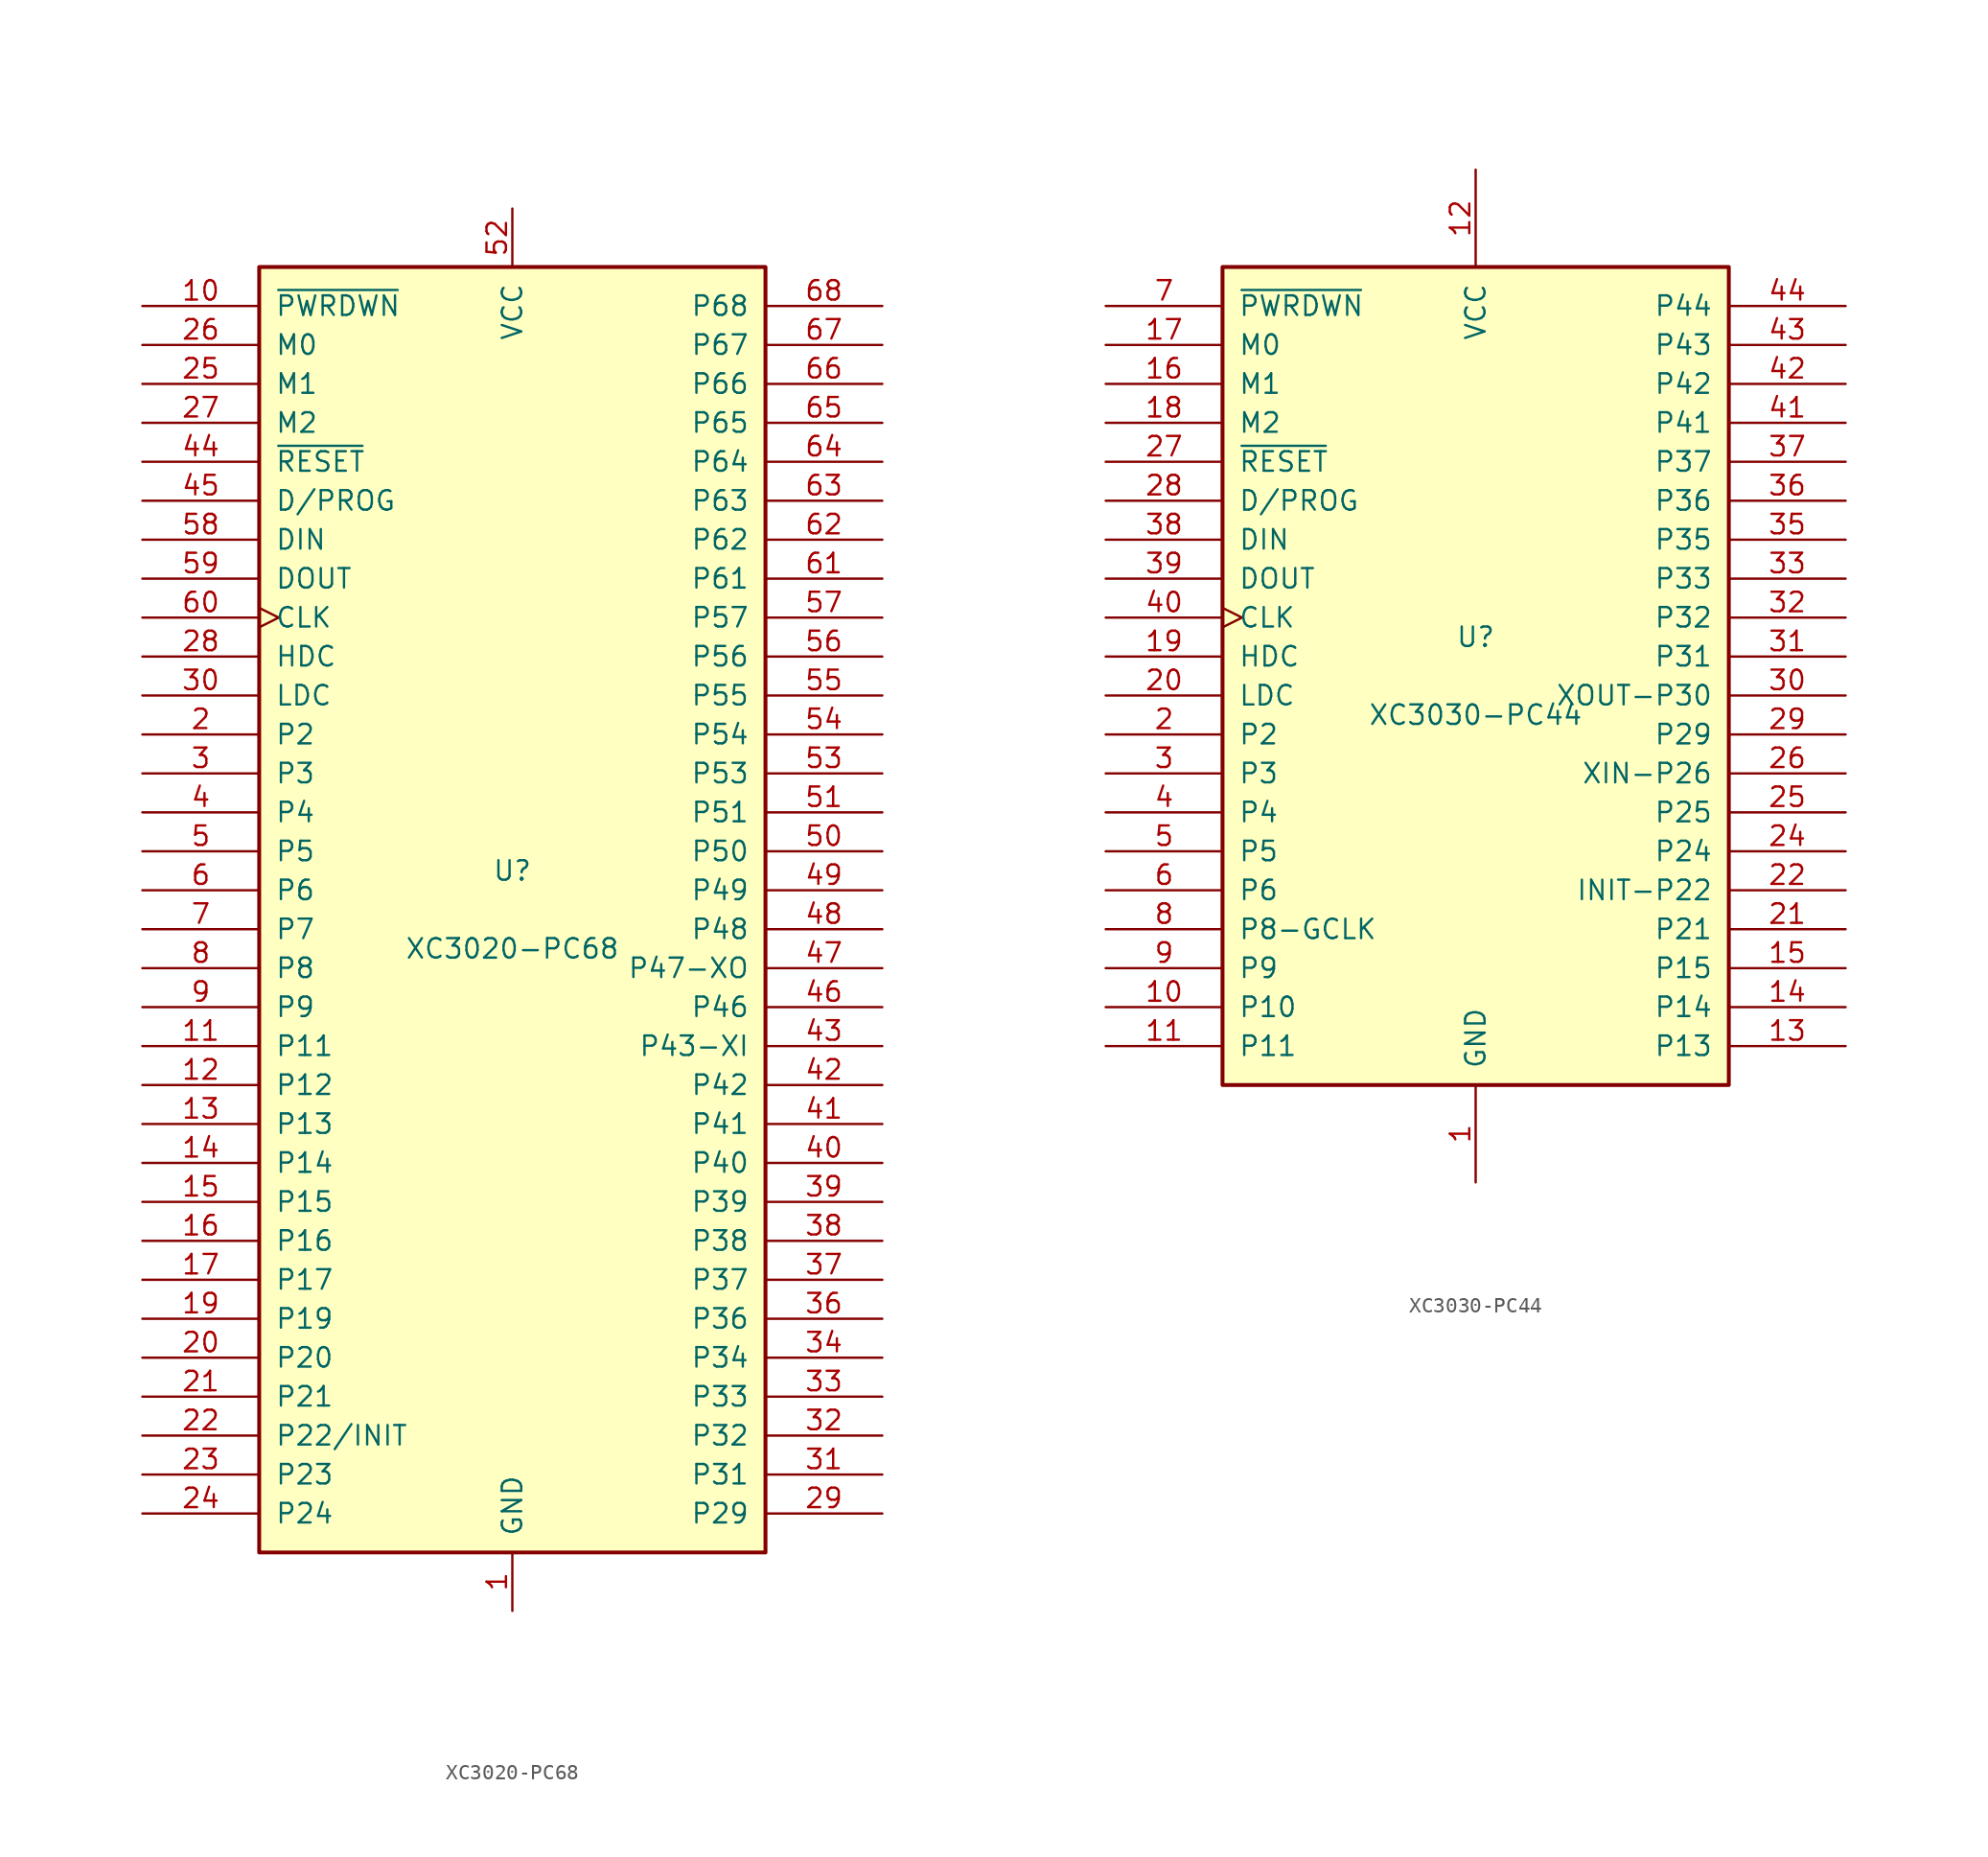
<source format=kicad_sym>
(kicad_symbol_lib
  (version 20231120)
  (generator "kicad_symbol_editor")
  (generator_version "8.0")
  (symbol "XC3020-PC68"
    (pin_names
      (offset 1.016))
    (property "Reference" "U"
      (at 0 2.54 0)
      (effects (font (size 1.27 1.27))))
    (property "Value" "XC3020-PC68"
      (at 0 -2.54 0)
      (effects (font (size 1.27 1.27))))
    (symbol "XC3020-PC68_0_1"
      (rectangle (start -16.51 -41.91) (end 16.51 41.91) (stroke (width 0.254) (type default)) (fill (type background))))
    (symbol "XC3020-PC68_1_1"
      (pin power_in line (at 0 -45.72 90) (length 3.81) (name "GND" (effects (font (size 1.27 1.27)))) (number "1" (effects (font (size 1.27 1.27)))))
      (pin input line (at -24.13 39.37 0) (length 7.62) (name "~{PWRDWN}" (effects (font (size 1.27 1.27)))) (number "10" (effects (font (size 1.27 1.27)))))
      (pin passive line (at -24.13 -8.89 0) (length 7.62) (name "P11" (effects (font (size 1.27 1.27)))) (number "11" (effects (font (size 1.27 1.27)))))
      (pin passive line (at -24.13 -11.43 0) (length 7.62) (name "P12" (effects (font (size 1.27 1.27)))) (number "12" (effects (font (size 1.27 1.27)))))
      (pin passive line (at -24.13 -13.97 0) (length 7.62) (name "P13" (effects (font (size 1.27 1.27)))) (number "13" (effects (font (size 1.27 1.27)))))
      (pin passive line (at -24.13 -16.51 0) (length 7.62) (name "P14" (effects (font (size 1.27 1.27)))) (number "14" (effects (font (size 1.27 1.27)))))
      (pin passive line (at -24.13 -19.05 0) (length 7.62) (name "P15" (effects (font (size 1.27 1.27)))) (number "15" (effects (font (size 1.27 1.27)))))
      (pin passive line (at -24.13 -21.59 0) (length 7.62) (name "P16" (effects (font (size 1.27 1.27)))) (number "16" (effects (font (size 1.27 1.27)))))
      (pin passive line (at -24.13 -24.13 0) (length 7.62) (name "P17" (effects (font (size 1.27 1.27)))) (number "17" (effects (font (size 1.27 1.27)))))
      (pin passive line (at 0 45.72 270) (length 3.81) hide (name "VCC" (effects (font (size 1.27 1.27)))) (number "18" (effects (font (size 1.27 1.27)))))
      (pin passive line (at -24.13 -26.67 0) (length 7.62) (name "P19" (effects (font (size 1.27 1.27)))) (number "19" (effects (font (size 1.27 1.27)))))
      (pin passive line (at -24.13 11.43 0) (length 7.62) (name "P2" (effects (font (size 1.27 1.27)))) (number "2" (effects (font (size 1.27 1.27)))))
      (pin passive line (at -24.13 -29.21 0) (length 7.62) (name "P20" (effects (font (size 1.27 1.27)))) (number "20" (effects (font (size 1.27 1.27)))))
      (pin passive line (at -24.13 -31.75 0) (length 7.62) (name "P21" (effects (font (size 1.27 1.27)))) (number "21" (effects (font (size 1.27 1.27)))))
      (pin passive line (at -24.13 -34.29 0) (length 7.62) (name "P22/INIT" (effects (font (size 1.27 1.27)))) (number "22" (effects (font (size 1.27 1.27)))))
      (pin passive line (at -24.13 -36.83 0) (length 7.62) (name "P23" (effects (font (size 1.27 1.27)))) (number "23" (effects (font (size 1.27 1.27)))))
      (pin passive line (at -24.13 -39.37 0) (length 7.62) (name "P24" (effects (font (size 1.27 1.27)))) (number "24" (effects (font (size 1.27 1.27)))))
      (pin input line (at -24.13 34.29 0) (length 7.62) (name "M1" (effects (font (size 1.27 1.27)))) (number "25" (effects (font (size 1.27 1.27)))))
      (pin input line (at -24.13 36.83 0) (length 7.62) (name "M0" (effects (font (size 1.27 1.27)))) (number "26" (effects (font (size 1.27 1.27)))))
      (pin bidirectional line (at -24.13 31.75 0) (length 7.62) (name "M2" (effects (font (size 1.27 1.27)))) (number "27" (effects (font (size 1.27 1.27)))))
      (pin output line (at -24.13 16.51 0) (length 7.62) (name "HDC" (effects (font (size 1.27 1.27)))) (number "28" (effects (font (size 1.27 1.27)))))
      (pin passive line (at 24.13 -39.37 180) (length 7.62) (name "P29" (effects (font (size 1.27 1.27)))) (number "29" (effects (font (size 1.27 1.27)))))
      (pin passive line (at -24.13 8.89 0) (length 7.62) (name "P3" (effects (font (size 1.27 1.27)))) (number "3" (effects (font (size 1.27 1.27)))))
      (pin output line (at -24.13 13.97 0) (length 7.62) (name "LDC" (effects (font (size 1.27 1.27)))) (number "30" (effects (font (size 1.27 1.27)))))
      (pin passive line (at 24.13 -36.83 180) (length 7.62) (name "P31" (effects (font (size 1.27 1.27)))) (number "31" (effects (font (size 1.27 1.27)))))
      (pin passive line (at 24.13 -34.29 180) (length 7.62) (name "P32" (effects (font (size 1.27 1.27)))) (number "32" (effects (font (size 1.27 1.27)))))
      (pin passive line (at 24.13 -31.75 180) (length 7.62) (name "P33" (effects (font (size 1.27 1.27)))) (number "33" (effects (font (size 1.27 1.27)))))
      (pin passive line (at 24.13 -29.21 180) (length 7.62) (name "P34" (effects (font (size 1.27 1.27)))) (number "34" (effects (font (size 1.27 1.27)))))
      (pin passive line (at 0 -45.72 90) (length 3.81) hide (name "GND" (effects (font (size 1.27 1.27)))) (number "35" (effects (font (size 1.27 1.27)))))
      (pin passive line (at 24.13 -26.67 180) (length 7.62) (name "P36" (effects (font (size 1.27 1.27)))) (number "36" (effects (font (size 1.27 1.27)))))
      (pin passive line (at 24.13 -24.13 180) (length 7.62) (name "P37" (effects (font (size 1.27 1.27)))) (number "37" (effects (font (size 1.27 1.27)))))
      (pin passive line (at 24.13 -21.59 180) (length 7.62) (name "P38" (effects (font (size 1.27 1.27)))) (number "38" (effects (font (size 1.27 1.27)))))
      (pin passive line (at 24.13 -19.05 180) (length 7.62) (name "P39" (effects (font (size 1.27 1.27)))) (number "39" (effects (font (size 1.27 1.27)))))
      (pin passive line (at -24.13 6.35 0) (length 7.62) (name "P4" (effects (font (size 1.27 1.27)))) (number "4" (effects (font (size 1.27 1.27)))))
      (pin passive line (at 24.13 -16.51 180) (length 7.62) (name "P40" (effects (font (size 1.27 1.27)))) (number "40" (effects (font (size 1.27 1.27)))))
      (pin passive line (at 24.13 -13.97 180) (length 7.62) (name "P41" (effects (font (size 1.27 1.27)))) (number "41" (effects (font (size 1.27 1.27)))))
      (pin passive line (at 24.13 -11.43 180) (length 7.62) (name "P42" (effects (font (size 1.27 1.27)))) (number "42" (effects (font (size 1.27 1.27)))))
      (pin passive line (at 24.13 -8.89 180) (length 7.62) (name "P43-XI" (effects (font (size 1.27 1.27)))) (number "43" (effects (font (size 1.27 1.27)))))
      (pin input line (at -24.13 29.21 0) (length 7.62) (name "~{RESET}" (effects (font (size 1.27 1.27)))) (number "44" (effects (font (size 1.27 1.27)))))
      (pin bidirectional line (at -24.13 26.67 0) (length 7.62) (name "D/PROG" (effects (font (size 1.27 1.27)))) (number "45" (effects (font (size 1.27 1.27)))))
      (pin passive line (at 24.13 -6.35 180) (length 7.62) (name "P46" (effects (font (size 1.27 1.27)))) (number "46" (effects (font (size 1.27 1.27)))))
      (pin passive line (at 24.13 -3.81 180) (length 7.62) (name "P47-XO" (effects (font (size 1.27 1.27)))) (number "47" (effects (font (size 1.27 1.27)))))
      (pin passive line (at 24.13 -1.27 180) (length 7.62) (name "P48" (effects (font (size 1.27 1.27)))) (number "48" (effects (font (size 1.27 1.27)))))
      (pin passive line (at 24.13 1.27 180) (length 7.62) (name "P49" (effects (font (size 1.27 1.27)))) (number "49" (effects (font (size 1.27 1.27)))))
      (pin passive line (at -24.13 3.81 0) (length 7.62) (name "P5" (effects (font (size 1.27 1.27)))) (number "5" (effects (font (size 1.27 1.27)))))
      (pin passive line (at 24.13 3.81 180) (length 7.62) (name "P50" (effects (font (size 1.27 1.27)))) (number "50" (effects (font (size 1.27 1.27)))))
      (pin passive line (at 24.13 6.35 180) (length 7.62) (name "P51" (effects (font (size 1.27 1.27)))) (number "51" (effects (font (size 1.27 1.27)))))
      (pin power_in line (at 0 45.72 270) (length 3.81) (name "VCC" (effects (font (size 1.27 1.27)))) (number "52" (effects (font (size 1.27 1.27)))))
      (pin passive line (at 24.13 8.89 180) (length 7.62) (name "P53" (effects (font (size 1.27 1.27)))) (number "53" (effects (font (size 1.27 1.27)))))
      (pin passive line (at 24.13 11.43 180) (length 7.62) (name "P54" (effects (font (size 1.27 1.27)))) (number "54" (effects (font (size 1.27 1.27)))))
      (pin passive line (at 24.13 13.97 180) (length 7.62) (name "P55" (effects (font (size 1.27 1.27)))) (number "55" (effects (font (size 1.27 1.27)))))
      (pin passive line (at 24.13 16.51 180) (length 7.62) (name "P56" (effects (font (size 1.27 1.27)))) (number "56" (effects (font (size 1.27 1.27)))))
      (pin passive line (at 24.13 19.05 180) (length 7.62) (name "P57" (effects (font (size 1.27 1.27)))) (number "57" (effects (font (size 1.27 1.27)))))
      (pin bidirectional line (at -24.13 24.13 0) (length 7.62) (name "DIN" (effects (font (size 1.27 1.27)))) (number "58" (effects (font (size 1.27 1.27)))))
      (pin bidirectional line (at -24.13 21.59 0) (length 7.62) (name "DOUT" (effects (font (size 1.27 1.27)))) (number "59" (effects (font (size 1.27 1.27)))))
      (pin passive line (at -24.13 1.27 0) (length 7.62) (name "P6" (effects (font (size 1.27 1.27)))) (number "6" (effects (font (size 1.27 1.27)))))
      (pin input clock (at -24.13 19.05 0) (length 7.62) (name "CLK" (effects (font (size 1.27 1.27)))) (number "60" (effects (font (size 1.27 1.27)))))
      (pin passive line (at 24.13 21.59 180) (length 7.62) (name "P61" (effects (font (size 1.27 1.27)))) (number "61" (effects (font (size 1.27 1.27)))))
      (pin passive line (at 24.13 24.13 180) (length 7.62) (name "P62" (effects (font (size 1.27 1.27)))) (number "62" (effects (font (size 1.27 1.27)))))
      (pin passive line (at 24.13 26.67 180) (length 7.62) (name "P63" (effects (font (size 1.27 1.27)))) (number "63" (effects (font (size 1.27 1.27)))))
      (pin passive line (at 24.13 29.21 180) (length 7.62) (name "P64" (effects (font (size 1.27 1.27)))) (number "64" (effects (font (size 1.27 1.27)))))
      (pin passive line (at 24.13 31.75 180) (length 7.62) (name "P65" (effects (font (size 1.27 1.27)))) (number "65" (effects (font (size 1.27 1.27)))))
      (pin passive line (at 24.13 34.29 180) (length 7.62) (name "P66" (effects (font (size 1.27 1.27)))) (number "66" (effects (font (size 1.27 1.27)))))
      (pin passive line (at 24.13 36.83 180) (length 7.62) (name "P67" (effects (font (size 1.27 1.27)))) (number "67" (effects (font (size 1.27 1.27)))))
      (pin passive line (at 24.13 39.37 180) (length 7.62) (name "P68" (effects (font (size 1.27 1.27)))) (number "68" (effects (font (size 1.27 1.27)))))
      (pin passive line (at -24.13 -1.27 0) (length 7.62) (name "P7" (effects (font (size 1.27 1.27)))) (number "7" (effects (font (size 1.27 1.27)))))
      (pin passive line (at -24.13 -3.81 0) (length 7.62) (name "P8" (effects (font (size 1.27 1.27)))) (number "8" (effects (font (size 1.27 1.27)))))
      (pin passive line (at -24.13 -6.35 0) (length 7.62) (name "P9" (effects (font (size 1.27 1.27)))) (number "9" (effects (font (size 1.27 1.27)))))))
  (symbol "XC3030-PC44"
    (pin_names
      (offset 1.016))
    (property "Reference" "U"
      (at 0 2.54 0)
      (effects (font (size 1.27 1.27))))
    (property "Value" "XC3030-PC44"
      (at 0 -2.54 0)
      (effects (font (size 1.27 1.27))))
    (symbol "XC3030-PC44_0_1"
      (rectangle (start -16.51 -26.67) (end 16.51 26.67) (stroke (width 0.254) (type default)) (fill (type background))))
    (symbol "XC3030-PC44_1_1"
      (pin power_in line (at 0 -33.02 90) (length 6.35) (name "GND" (effects (font (size 1.27 1.27)))) (number "1" (effects (font (size 1.27 1.27)))))
      (pin passive line (at -24.13 -21.59 0) (length 7.62) (name "P10" (effects (font (size 1.27 1.27)))) (number "10" (effects (font (size 1.27 1.27)))))
      (pin passive line (at -24.13 -24.13 0) (length 7.62) (name "P11" (effects (font (size 1.27 1.27)))) (number "11" (effects (font (size 1.27 1.27)))))
      (pin power_in line (at 0 33.02 270) (length 6.35) (name "VCC" (effects (font (size 1.27 1.27)))) (number "12" (effects (font (size 1.27 1.27)))))
      (pin passive line (at 24.13 -24.13 180) (length 7.62) (name "P13" (effects (font (size 1.27 1.27)))) (number "13" (effects (font (size 1.27 1.27)))))
      (pin bidirectional line (at 24.13 -21.59 180) (length 7.62) (name "P14" (effects (font (size 1.27 1.27)))) (number "14" (effects (font (size 1.27 1.27)))))
      (pin passive line (at 24.13 -19.05 180) (length 7.62) (name "P15" (effects (font (size 1.27 1.27)))) (number "15" (effects (font (size 1.27 1.27)))))
      (pin input line (at -24.13 19.05 0) (length 7.62) (name "M1" (effects (font (size 1.27 1.27)))) (number "16" (effects (font (size 1.27 1.27)))))
      (pin input line (at -24.13 21.59 0) (length 7.62) (name "M0" (effects (font (size 1.27 1.27)))) (number "17" (effects (font (size 1.27 1.27)))))
      (pin bidirectional line (at -24.13 16.51 0) (length 7.62) (name "M2" (effects (font (size 1.27 1.27)))) (number "18" (effects (font (size 1.27 1.27)))))
      (pin output line (at -24.13 1.27 0) (length 7.62) (name "HDC" (effects (font (size 1.27 1.27)))) (number "19" (effects (font (size 1.27 1.27)))))
      (pin passive line (at -24.13 -3.81 0) (length 7.62) (name "P2" (effects (font (size 1.27 1.27)))) (number "2" (effects (font (size 1.27 1.27)))))
      (pin output line (at -24.13 -1.27 0) (length 7.62) (name "LDC" (effects (font (size 1.27 1.27)))) (number "20" (effects (font (size 1.27 1.27)))))
      (pin passive line (at 24.13 -16.51 180) (length 7.62) (name "P21" (effects (font (size 1.27 1.27)))) (number "21" (effects (font (size 1.27 1.27)))))
      (pin passive line (at 24.13 -13.97 180) (length 7.62) (name "INIT-P22" (effects (font (size 1.27 1.27)))) (number "22" (effects (font (size 1.27 1.27)))))
      (pin passive line (at 0 -33.02 90) (length 6.35) hide (name "GND" (effects (font (size 1.27 1.27)))) (number "23" (effects (font (size 1.27 1.27)))))
      (pin passive line (at 24.13 -11.43 180) (length 7.62) (name "P24" (effects (font (size 1.27 1.27)))) (number "24" (effects (font (size 1.27 1.27)))))
      (pin passive line (at 24.13 -8.89 180) (length 7.62) (name "P25" (effects (font (size 1.27 1.27)))) (number "25" (effects (font (size 1.27 1.27)))))
      (pin passive line (at 24.13 -6.35 180) (length 7.62) (name "XIN-P26" (effects (font (size 1.27 1.27)))) (number "26" (effects (font (size 1.27 1.27)))))
      (pin input line (at -24.13 13.97 0) (length 7.62) (name "~{RESET}" (effects (font (size 1.27 1.27)))) (number "27" (effects (font (size 1.27 1.27)))))
      (pin bidirectional line (at -24.13 11.43 0) (length 7.62) (name "D/PROG" (effects (font (size 1.27 1.27)))) (number "28" (effects (font (size 1.27 1.27)))))
      (pin passive line (at 24.13 -3.81 180) (length 7.62) (name "P29" (effects (font (size 1.27 1.27)))) (number "29" (effects (font (size 1.27 1.27)))))
      (pin passive line (at -24.13 -6.35 0) (length 7.62) (name "P3" (effects (font (size 1.27 1.27)))) (number "3" (effects (font (size 1.27 1.27)))))
      (pin passive line (at 24.13 -1.27 180) (length 7.62) (name "XOUT-P30" (effects (font (size 1.27 1.27)))) (number "30" (effects (font (size 1.27 1.27)))))
      (pin passive line (at 24.13 1.27 180) (length 7.62) (name "P31" (effects (font (size 1.27 1.27)))) (number "31" (effects (font (size 1.27 1.27)))))
      (pin passive line (at 24.13 3.81 180) (length 7.62) (name "P32" (effects (font (size 1.27 1.27)))) (number "32" (effects (font (size 1.27 1.27)))))
      (pin passive line (at 24.13 6.35 180) (length 7.62) (name "P33" (effects (font (size 1.27 1.27)))) (number "33" (effects (font (size 1.27 1.27)))))
      (pin passive line (at 0 33.02 270) (length 6.35) hide (name "VCC" (effects (font (size 1.27 1.27)))) (number "34" (effects (font (size 1.27 1.27)))))
      (pin passive line (at 24.13 8.89 180) (length 7.62) (name "P35" (effects (font (size 1.27 1.27)))) (number "35" (effects (font (size 1.27 1.27)))))
      (pin passive line (at 24.13 11.43 180) (length 7.62) (name "P36" (effects (font (size 1.27 1.27)))) (number "36" (effects (font (size 1.27 1.27)))))
      (pin passive line (at 24.13 13.97 180) (length 7.62) (name "P37" (effects (font (size 1.27 1.27)))) (number "37" (effects (font (size 1.27 1.27)))))
      (pin bidirectional line (at -24.13 8.89 0) (length 7.62) (name "DIN" (effects (font (size 1.27 1.27)))) (number "38" (effects (font (size 1.27 1.27)))))
      (pin bidirectional line (at -24.13 6.35 0) (length 7.62) (name "DOUT" (effects (font (size 1.27 1.27)))) (number "39" (effects (font (size 1.27 1.27)))))
      (pin passive line (at -24.13 -8.89 0) (length 7.62) (name "P4" (effects (font (size 1.27 1.27)))) (number "4" (effects (font (size 1.27 1.27)))))
      (pin input clock (at -24.13 3.81 0) (length 7.62) (name "CLK" (effects (font (size 1.27 1.27)))) (number "40" (effects (font (size 1.27 1.27)))))
      (pin passive line (at 24.13 16.51 180) (length 7.62) (name "P41" (effects (font (size 1.27 1.27)))) (number "41" (effects (font (size 1.27 1.27)))))
      (pin passive line (at 24.13 19.05 180) (length 7.62) (name "P42" (effects (font (size 1.27 1.27)))) (number "42" (effects (font (size 1.27 1.27)))))
      (pin passive line (at 24.13 21.59 180) (length 7.62) (name "P43" (effects (font (size 1.27 1.27)))) (number "43" (effects (font (size 1.27 1.27)))))
      (pin passive line (at 24.13 24.13 180) (length 7.62) (name "P44" (effects (font (size 1.27 1.27)))) (number "44" (effects (font (size 1.27 1.27)))))
      (pin passive line (at -24.13 -11.43 0) (length 7.62) (name "P5" (effects (font (size 1.27 1.27)))) (number "5" (effects (font (size 1.27 1.27)))))
      (pin passive line (at -24.13 -13.97 0) (length 7.62) (name "P6" (effects (font (size 1.27 1.27)))) (number "6" (effects (font (size 1.27 1.27)))))
      (pin input line (at -24.13 24.13 0) (length 7.62) (name "~{PWRDWN}" (effects (font (size 1.27 1.27)))) (number "7" (effects (font (size 1.27 1.27)))))
      (pin passive line (at -24.13 -16.51 0) (length 7.62) (name "P8-GCLK" (effects (font (size 1.27 1.27)))) (number "8" (effects (font (size 1.27 1.27)))))
      (pin bidirectional line (at -24.13 -19.05 0) (length 7.62) (name "P9" (effects (font (size 1.27 1.27)))) (number "9" (effects (font (size 1.27 1.27))))))))
</source>
